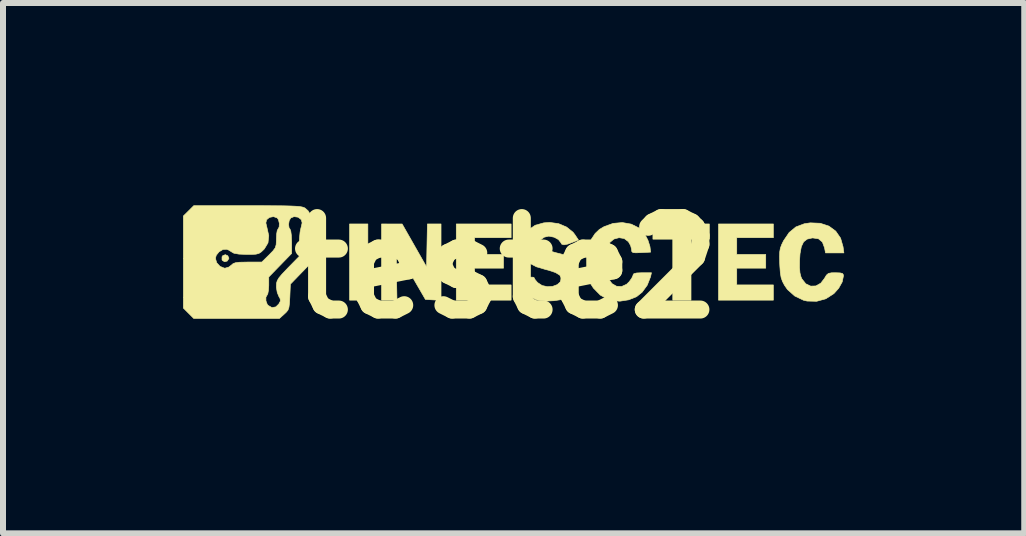
<source format=kicad_pcb>
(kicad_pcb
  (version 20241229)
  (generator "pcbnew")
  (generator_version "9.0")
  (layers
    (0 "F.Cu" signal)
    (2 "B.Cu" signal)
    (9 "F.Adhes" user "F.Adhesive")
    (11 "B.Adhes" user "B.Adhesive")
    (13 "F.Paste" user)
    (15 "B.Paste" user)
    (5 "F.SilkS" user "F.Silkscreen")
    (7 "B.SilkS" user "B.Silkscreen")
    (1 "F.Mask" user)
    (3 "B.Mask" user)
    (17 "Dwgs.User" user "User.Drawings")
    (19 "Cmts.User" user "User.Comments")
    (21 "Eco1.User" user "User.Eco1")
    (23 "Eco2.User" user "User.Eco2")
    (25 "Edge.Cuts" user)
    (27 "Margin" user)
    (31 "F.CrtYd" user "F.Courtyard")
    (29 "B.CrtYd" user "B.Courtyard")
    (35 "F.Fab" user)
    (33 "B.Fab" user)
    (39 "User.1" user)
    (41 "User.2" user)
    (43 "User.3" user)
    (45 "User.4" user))
  (footprint "teste2"
    (layer "F.Cu")
    (at 5.39 1.418)
    (property "Reference" "teste2" (at 0 0 0) (layer "F.SilkS") (effects (font (size 1.524 1.524) (thickness 0.3))))
    (attr through_hole)
    (fp_poly (pts (xy -2.311 0.533) (xy -2.616 0.533) (xy -2.616 -0.737) (xy -2.311 -0.737) (xy -2.311 0.533)) (stroke (width 0.01) (type solid)) (fill yes) (layer "F.SilkS"))
    (fp_poly (pts (xy 3.378 -0.483) (xy 3.073 -0.483) (xy 3.073 0.533) (xy 2.769 0.533) (xy 2.769 -0.483) (xy 2.438 -0.483) (xy 2.438 -0.737) (xy 3.378 -0.737) (xy 3.378 -0.483)) (stroke (width 0.01) (type solid)) (fill yes) (layer "F.SilkS"))
    (fp_poly (pts (xy -4.645 -0.207) (xy -4.627 -0.167) (xy -4.628 -0.159) (xy -4.654 -0.119) (xy -4.697 -0.107) (xy -4.734 -0.128) (xy -4.741 -0.14) (xy -4.741 -0.189) (xy -4.729 -0.208) (xy -4.686 -0.225) (xy -4.645 -0.207)) (stroke (width 0.01) (type solid)) (fill yes) (layer "F.SilkS"))
    (fp_poly (pts (xy 0.076 -0.508) (xy -0.533 -0.508) (xy -0.533 -0.229) (xy -0.051 -0.229) (xy -0.051 0) (xy -0.533 0) (xy -0.533 0.279) (xy 0.076 0.279) (xy 0.076 0.533) (xy -0.838 0.533) (xy -0.838 -0.737) (xy 0.076 -0.737) (xy 0.076 -0.508)) (stroke (width 0.01) (type solid)) (fill yes) (layer "F.SilkS"))
    (fp_poly (pts (xy 4.445 -0.508) (xy 3.835 -0.508) (xy 3.835 -0.229) (xy 4.318 -0.229) (xy 4.318 0) (xy 3.835 0) (xy 3.835 0.279) (xy 4.445 0.279) (xy 4.445 0.533) (xy 3.531 0.533) (xy 3.531 -0.737) (xy 4.445 -0.737) (xy 4.445 -0.508)) (stroke (width 0.01) (type solid)) (fill yes) (layer "F.SilkS"))
    (fp_poly (pts (xy -1.092 0.536) (xy -1.352 0.521) (xy -1.58 0.127) (xy -1.654 -0.001) (xy -1.72 -0.113) (xy -1.774 -0.203) (xy -1.81 -0.263) (xy -1.825 -0.285) (xy -1.83 -0.267) (xy -1.833 -0.206) (xy -1.835 -0.11) (xy -1.835 0.012) (xy -1.834 0.116) (xy -1.826 0.533) (xy -2.083 0.533) (xy -2.083 -0.737) (xy -1.911 -0.736) (xy -1.74 -0.736) (xy -1.333 -0.021) (xy -1.326 -0.379) (xy -1.319 -0.737) (xy -1.092 -0.737) (xy -1.092 0.536)) (stroke (width 0.01) (type solid)) (fill yes) (layer "F.SilkS"))
    (fp_poly (pts (xy 5.227 -0.748) (xy 5.37 -0.701) (xy 5.484 -0.617) (xy 5.565 -0.5) (xy 5.606 -0.357) (xy 5.62 -0.254) (xy 5.314 -0.254) (xy 5.298 -0.339) (xy 5.262 -0.435) (xy 5.196 -0.49) (xy 5.1 -0.504) (xy 5.091 -0.503) (xy 5.008 -0.484) (xy 4.949 -0.438) (xy 4.911 -0.359) (xy 4.889 -0.24) (xy 4.882 -0.132) (xy 4.881 -0.009) (xy 4.888 0.078) (xy 4.905 0.144) (xy 4.92 0.178) (xy 4.985 0.26) (xy 5.067 0.299) (xy 5.153 0.296) (xy 5.235 0.25) (xy 5.296 0.171) (xy 5.329 0.116) (xy 5.363 0.087) (xy 5.415 0.077) (xy 5.48 0.076) (xy 5.558 0.079) (xy 5.598 0.089) (xy 5.612 0.112) (xy 5.613 0.128) (xy 5.592 0.229) (xy 5.533 0.335) (xy 5.453 0.424) (xy 5.319 0.51) (xy 5.166 0.552) (xy 5.007 0.548) (xy 4.947 0.534) (xy 4.801 0.464) (xy 4.68 0.356) (xy 4.63 0.284) (xy 4.596 0.219) (xy 4.574 0.155) (xy 4.561 0.076) (xy 4.553 -0.034) (xy 4.551 -0.075) (xy 4.548 -0.192) (xy 4.551 -0.273) (xy 4.562 -0.335) (xy 4.584 -0.394) (xy 4.615 -0.457) (xy 4.708 -0.594) (xy 4.82 -0.687) (xy 4.96 -0.74) (xy 5.06 -0.755) (xy 5.227 -0.748)) (stroke (width 0.01) (type solid)) (fill yes) (layer "F.SilkS"))
    (fp_poly (pts (xy 2.077 -0.734) (xy 2.206 -0.67) (xy 2.243 -0.64) (xy 2.304 -0.565) (xy 2.356 -0.464) (xy 2.388 -0.363) (xy 2.391 -0.343) (xy 2.4 -0.267) (xy 2.242 -0.259) (xy 2.155 -0.256) (xy 2.107 -0.26) (xy 2.087 -0.276) (xy 2.083 -0.306) (xy 2.083 -0.313) (xy 2.067 -0.376) (xy 2.03 -0.441) (xy 2.029 -0.442) (xy 1.96 -0.494) (xy 1.874 -0.508) (xy 1.788 -0.485) (xy 1.721 -0.429) (xy 1.687 -0.354) (xy 1.664 -0.245) (xy 1.653 -0.117) (xy 1.657 0.015) (xy 1.662 0.064) (xy 1.697 0.176) (xy 1.756 0.257) (xy 1.832 0.301) (xy 1.916 0.306) (xy 2 0.268) (xy 2.042 0.227) (xy 2.085 0.168) (xy 2.107 0.12) (xy 2.108 0.112) (xy 2.122 0.091) (xy 2.168 0.08) (xy 2.257 0.076) (xy 2.261 0.076) (xy 2.414 0.076) (xy 2.398 0.146) (xy 2.344 0.283) (xy 2.259 0.4) (xy 2.167 0.474) (xy 2.036 0.527) (xy 1.889 0.55) (xy 1.748 0.539) (xy 1.693 0.523) (xy 1.561 0.448) (xy 1.447 0.332) (xy 1.388 0.241) (xy 1.361 0.181) (xy 1.344 0.115) (xy 1.336 0.027) (xy 1.334 -0.095) (xy 1.334 -0.102) (xy 1.335 -0.218) (xy 1.341 -0.301) (xy 1.355 -0.364) (xy 1.381 -0.425) (xy 1.413 -0.483) (xy 1.476 -0.578) (xy 1.546 -0.645) (xy 1.625 -0.692) (xy 1.774 -0.746) (xy 1.929 -0.76) (xy 2.077 -0.734)) (stroke (width 0.01) (type solid)) (fill yes) (layer "F.SilkS"))
    (fp_poly (pts (xy 0.866 -0.742) (xy 1 -0.685) (xy 1.107 -0.599) (xy 1.138 -0.559) (xy 1.197 -0.47) (xy 1.123 -0.44) (xy 1.022 -0.402) (xy 0.956 -0.389) (xy 0.919 -0.4) (xy 0.904 -0.426) (xy 0.864 -0.477) (xy 0.792 -0.516) (xy 0.707 -0.533) (xy 0.7 -0.533) (xy 0.627 -0.516) (xy 0.569 -0.474) (xy 0.542 -0.418) (xy 0.545 -0.386) (xy 0.558 -0.36) (xy 0.584 -0.338) (xy 0.632 -0.315) (xy 0.708 -0.29) (xy 0.821 -0.258) (xy 0.928 -0.23) (xy 1.047 -0.176) (xy 1.139 -0.086) (xy 1.2 0.028) (xy 1.22 0.155) (xy 1.21 0.238) (xy 1.171 0.319) (xy 1.103 0.405) (xy 1.022 0.476) (xy 0.987 0.497) (xy 0.903 0.525) (xy 0.79 0.542) (xy 0.668 0.548) (xy 0.558 0.541) (xy 0.508 0.531) (xy 0.427 0.496) (xy 0.345 0.447) (xy 0.334 0.439) (xy 0.277 0.384) (xy 0.229 0.318) (xy 0.198 0.255) (xy 0.193 0.209) (xy 0.199 0.2) (xy 0.235 0.182) (xy 0.296 0.166) (xy 0.364 0.154) (xy 0.423 0.149) (xy 0.455 0.153) (xy 0.457 0.157) (xy 0.474 0.189) (xy 0.514 0.237) (xy 0.52 0.242) (xy 0.592 0.289) (xy 0.679 0.308) (xy 0.768 0.303) (xy 0.845 0.274) (xy 0.898 0.226) (xy 0.914 0.17) (xy 0.889 0.119) (xy 0.815 0.073) (xy 0.694 0.033) (xy 0.66 0.025) (xy 0.497 -0.023) (xy 0.379 -0.085) (xy 0.302 -0.164) (xy 0.264 -0.265) (xy 0.259 -0.392) (xy 0.26 -0.398) (xy 0.293 -0.534) (xy 0.367 -0.64) (xy 0.477 -0.715) (xy 0.62 -0.755) (xy 0.718 -0.762) (xy 0.866 -0.742)) (stroke (width 0.01) (type solid)) (fill yes) (layer "F.SilkS"))
    (fp_poly (pts (xy -4.072 -1.041) (xy -3.877 -1.04) (xy -3.722 -1.039) (xy -3.603 -1.036) (xy -3.513 -1.032) (xy -3.449 -1.027) (xy -3.404 -1.019) (xy -3.375 -1.01) (xy -3.356 -1) (xy -3.306 -0.955) (xy -3.271 -0.895) (xy -3.247 -0.811) (xy -3.232 -0.696) (xy -3.226 -0.542) (xy -3.226 -0.455) (xy -3.226 -0.121) (xy -3.414 0.073) (xy -3.602 0.267) (xy -3.611 0.479) (xy -3.617 0.584) (xy -3.626 0.652) (xy -3.642 0.698) (xy -3.672 0.735) (xy -3.703 0.764) (xy -3.785 0.838) (xy -5.212 0.838) (xy -5.298 0.752) (xy -5.385 0.665) (xy -5.385 0.484) (xy -4.01 0.484) (xy -4.009 0.545) (xy -3.987 0.604) (xy -3.973 0.62) (xy -3.909 0.657) (xy -3.844 0.645) (xy -3.795 0.597) (xy -3.768 0.547) (xy -3.773 0.508) (xy -3.794 0.471) (xy -3.821 0.405) (xy -3.835 0.32) (xy -3.835 0.301) (xy -3.833 0.251) (xy -3.82 0.207) (xy -3.792 0.16) (xy -3.741 0.099) (xy -3.661 0.015) (xy -3.645 -0.002) (xy -3.454 -0.197) (xy -3.454 -0.395) (xy -3.45 -0.504) (xy -3.44 -0.604) (xy -3.425 -0.675) (xy -3.423 -0.679) (xy -3.406 -0.755) (xy -3.42 -0.808) (xy -3.472 -0.849) (xy -3.54 -0.859) (xy -3.595 -0.837) (xy -3.622 -0.792) (xy -3.632 -0.729) (xy -3.624 -0.672) (xy -3.607 -0.648) (xy -3.595 -0.616) (xy -3.586 -0.548) (xy -3.582 -0.456) (xy -3.581 -0.438) (xy -3.581 -0.245) (xy -3.962 0.147) (xy -3.962 0.288) (xy -3.967 0.368) (xy -3.978 0.426) (xy -3.988 0.445) (xy -4.01 0.484) (xy -5.385 0.484) (xy -5.385 -0.163) (xy -4.851 -0.163) (xy -4.829 -0.09) (xy -4.774 -0.03) (xy -4.703 -0.001) (xy -4.69 0) (xy -4.628 -0.018) (xy -4.585 -0.051) (xy -4.556 -0.076) (xy -4.515 -0.091) (xy -4.451 -0.099) (xy -4.352 -0.101) (xy -4.309 -0.102) (xy -4.078 -0.102) (xy -3.957 -0.221) (xy -3.892 -0.288) (xy -3.855 -0.338) (xy -3.839 -0.39) (xy -3.835 -0.462) (xy -3.835 -0.486) (xy -3.831 -0.568) (xy -3.821 -0.628) (xy -3.81 -0.648) (xy -3.789 -0.686) (xy -3.786 -0.747) (xy -3.801 -0.808) (xy -3.821 -0.837) (xy -3.883 -0.859) (xy -3.951 -0.846) (xy -3.997 -0.808) (xy -4.011 -0.754) (xy -3.993 -0.679) (xy -3.962 -0.54) (xy -3.975 -0.422) (xy -4.035 -0.322) (xy -4.044 -0.312) (xy -4.087 -0.271) (xy -4.126 -0.246) (xy -4.176 -0.233) (xy -4.252 -0.229) (xy -4.327 -0.229) (xy -4.459 -0.234) (xy -4.543 -0.249) (xy -4.57 -0.264) (xy -4.629 -0.301) (xy -4.663 -0.315) (xy -4.726 -0.311) (xy -4.79 -0.273) (xy -4.837 -0.215) (xy -4.851 -0.163) (xy -5.385 -0.163) (xy -5.385 -0.869) (xy -5.298 -0.955) (xy -5.212 -1.041) (xy -4.313 -1.041) (xy -4.072 -1.041)) (stroke (width 0.01) (type solid)) (fill yes) (layer "F.SilkS")))
  (gr_rect
    (start -3 -3)
    (end 14.015 5.836)
    (stroke (width 0.1) (type default))
    (fill no)
    (layer "Edge.Cuts")))
</source>
